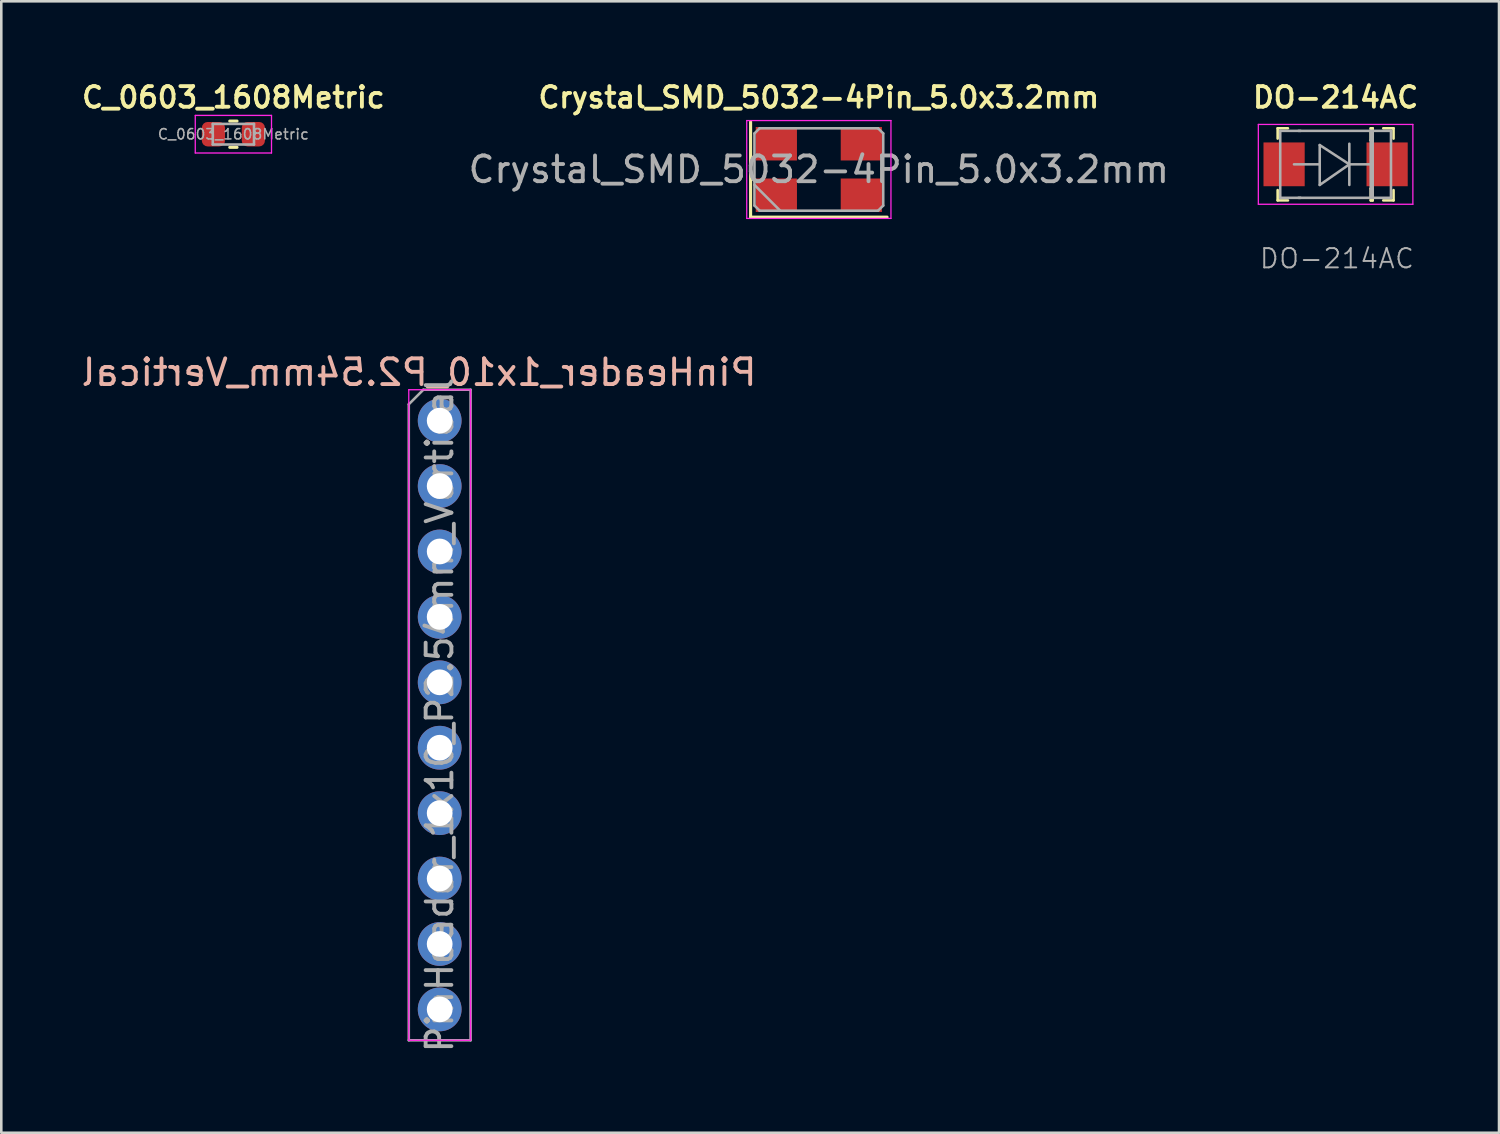
<source format=kicad_pcb>
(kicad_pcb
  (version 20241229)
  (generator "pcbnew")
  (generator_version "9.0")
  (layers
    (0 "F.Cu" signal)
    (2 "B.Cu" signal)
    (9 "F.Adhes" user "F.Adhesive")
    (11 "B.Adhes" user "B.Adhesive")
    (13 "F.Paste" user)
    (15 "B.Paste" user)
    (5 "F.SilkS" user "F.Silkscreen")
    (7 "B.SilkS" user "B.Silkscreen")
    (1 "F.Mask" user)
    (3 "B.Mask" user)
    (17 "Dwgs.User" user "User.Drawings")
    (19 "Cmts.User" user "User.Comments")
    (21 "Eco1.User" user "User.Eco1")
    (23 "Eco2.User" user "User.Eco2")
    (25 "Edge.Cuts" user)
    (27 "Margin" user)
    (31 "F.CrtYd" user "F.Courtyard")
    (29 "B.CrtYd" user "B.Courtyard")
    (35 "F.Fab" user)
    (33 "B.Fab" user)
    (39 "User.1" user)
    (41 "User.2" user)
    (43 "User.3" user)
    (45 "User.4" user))
  (footprint "C_0603_1608Metric"
    (layer "F.Cu")
    (at 6.012 2.161)
    (property "Reference" "C_0603_1608Metric" (at 0 -1.43 0) (layer "F.SilkS") (effects (font (size 0.8 0.8) (thickness 0.15))))
    (attr smd)
    (fp_line (start -0.141 -0.51) (end 0.141 -0.51) (stroke (width 0.12) (type solid)) (layer "F.SilkS"))
    (fp_line (start -0.141 0.51) (end 0.141 0.51) (stroke (width 0.12) (type solid)) (layer "F.SilkS"))
    (fp_line (start -1.48 -0.73) (end 1.48 -0.73) (stroke (width 0.05) (type solid)) (layer "F.CrtYd"))
    (fp_line (start -1.48 0.73) (end -1.48 -0.73) (stroke (width 0.05) (type solid)) (layer "F.CrtYd"))
    (fp_line (start 1.48 -0.73) (end 1.48 0.73) (stroke (width 0.05) (type solid)) (layer "F.CrtYd"))
    (fp_line (start 1.48 0.73) (end -1.48 0.73) (stroke (width 0.05) (type solid)) (layer "F.CrtYd"))
    (fp_line (start -0.8 -0.4) (end 0.8 -0.4) (stroke (width 0.1) (type solid)) (layer "F.Fab"))
    (fp_line (start -0.8 0.4) (end -0.8 -0.4) (stroke (width 0.1) (type solid)) (layer "F.Fab"))
    (fp_line (start 0.8 -0.4) (end 0.8 0.4) (stroke (width 0.1) (type solid)) (layer "F.Fab"))
    (fp_line (start 0.8 0.4) (end -0.8 0.4) (stroke (width 0.1) (type solid)) (layer "F.Fab"))
    (fp_text user "${REFERENCE}" (at 0 0 0) (layer "F.Fab") (effects (font (size 0.4 0.4) (thickness 0.06))))
    (pad "1" smd roundrect (at -0.775 0) (size 0.9 0.95) (layers "F.Cu" "F.Mask" "F.Paste") (roundrect_rratio 0.25))
    (pad "2" smd roundrect (at 0.775 0) (size 0.9 0.95) (layers "F.Cu" "F.Mask" "F.Paste") (roundrect_rratio 0.25)))
  (footprint "DO-214AC"
    (layer "F.Cu")
    (at 48.809 3.331)
    (property "Reference" "DO-214AC" (at 0 -2.6 0) (layer "F.SilkS") (effects (font (size 0.8 0.8) (thickness 0.15))))
    (attr smd)
    (fp_line (start -2.25 -1.4) (end -2.25 -1) (stroke (width 0.1) (type solid)) (layer "F.SilkS"))
    (fp_line (start -2.25 -1.4) (end -1.85 -1.4) (stroke (width 0.1) (type solid)) (layer "F.SilkS"))
    (fp_line (start -2.25 1.4) (end -2.25 1) (stroke (width 0.1) (type solid)) (layer "F.SilkS"))
    (fp_line (start -2.25 1.4) (end -1.85 1.4) (stroke (width 0.1) (type solid)) (layer "F.SilkS"))
    (fp_line (start 1.364 -1.4) (end 1.44 -1.4) (stroke (width 0.1) (type solid)) (layer "F.SilkS"))
    (fp_line (start 1.364 -0.935) (end 1.364 -1.4) (stroke (width 0.1) (type solid)) (layer "F.SilkS"))
    (fp_line (start 1.364 0.942) (end 1.364 1.402) (stroke (width 0.1) (type solid)) (layer "F.SilkS"))
    (fp_line (start 1.364 1.402) (end 1.44 1.402) (stroke (width 0.1) (type solid)) (layer "F.SilkS"))
    (fp_line (start 1.44 -1.4) (end 1.44 -0.935) (stroke (width 0.1) (type solid)) (layer "F.SilkS"))
    (fp_line (start 1.44 -0.935) (end 1.364 -0.935) (stroke (width 0.1) (type solid)) (layer "F.SilkS"))
    (fp_line (start 1.44 0.942) (end 1.364 0.942) (stroke (width 0.1) (type solid)) (layer "F.SilkS"))
    (fp_line (start 1.44 1.402) (end 1.44 0.942) (stroke (width 0.1) (type solid)) (layer "F.SilkS"))
    (fp_line (start 2.25 -1.4) (end 1.85 -1.4) (stroke (width 0.1) (type solid)) (layer "F.SilkS"))
    (fp_line (start 2.25 -1.4) (end 2.25 -1) (stroke (width 0.1) (type solid)) (layer "F.SilkS"))
    (fp_line (start 2.25 1.4) (end 1.85 1.4) (stroke (width 0.1) (type solid)) (layer "F.SilkS"))
    (fp_line (start 2.25 1.4) (end 2.25 1) (stroke (width 0.1) (type solid)) (layer "F.SilkS"))
    (fp_line (start -3 -1.55) (end -3 1.55) (stroke (width 0.05) (type solid)) (layer "F.CrtYd"))
    (fp_line (start -3 -1.55) (end 3 -1.55) (stroke (width 0.05) (type solid)) (layer "F.CrtYd"))
    (fp_line (start -3 1.55) (end 3 1.55) (stroke (width 0.05) (type solid)) (layer "F.CrtYd"))
    (fp_line (start 3 -1.55) (end 3 1.55) (stroke (width 0.05) (type solid)) (layer "F.CrtYd"))
    (fp_line (start -2.15 -1.3) (end -2.15 1.3) (stroke (width 0.1) (type solid)) (layer "F.Fab"))
    (fp_line (start -2.15 -1.3) (end 2.15 -1.3) (stroke (width 0.1) (type solid)) (layer "F.Fab"))
    (fp_line (start -2.15 1.3) (end 2.15 1.3) (stroke (width 0.1) (type solid)) (layer "F.Fab"))
    (fp_line (start -1.44 1.3) (end -1.364 1.3) (stroke (width 0.1) (type solid)) (layer "F.Fab"))
    (fp_line (start -1.361 -1.3) (end -1.44 -1.3) (stroke (width 0.1) (type solid)) (layer "F.Fab"))
    (fp_line (start -0.617 -0.749) (end -0.617 0.8) (stroke (width 0.1) (type solid)) (layer "F.Fab"))
    (fp_line (start -0.617 0) (end -1.615 0) (stroke (width 0.1) (type solid)) (layer "F.Fab"))
    (fp_line (start 0.533 0) (end -0.617 -0.749) (stroke (width 0.1) (type solid)) (layer "F.Fab"))
    (fp_line (start 0.533 0) (end -0.617 0.8) (stroke (width 0.1) (type solid)) (layer "F.Fab"))
    (fp_line (start 0.533 0) (end 1.435 0) (stroke (width 0.1) (type solid)) (layer "F.Fab"))
    (fp_line (start 0.533 0.8) (end 0.533 -0.8) (stroke (width 0.1) (type solid)) (layer "F.Fab"))
    (fp_line (start 1.364 1.3) (end 1.361 -1.3) (stroke (width 0.1) (type solid)) (layer "F.Fab"))
    (fp_line (start 1.44 -1.3) (end 1.44 1.3) (stroke (width 0.1) (type solid)) (layer "F.Fab"))
    (fp_line (start 2.15 -1.3) (end 2.15 1.3) (stroke (width 0.1) (type solid)) (layer "F.Fab"))
    (fp_text user "${REFERENCE}" (at 0.051 3.658 0) (layer "F.Fab") (effects (font (size 0.75 0.75) (thickness 0.075))))
    (pad "1" smd rect (at -2 0) (size 1.6 1.7) (layers "F.Cu" "F.Mask" "F.Paste"))
    (pad "2" smd rect (at 2 0) (size 1.6 1.7) (layers "F.Cu" "F.Mask" "F.Paste")))
  (footprint "Crystal_SMD_5032-4Pin_5.0x3.2mm"
    (layer "F.Cu")
    (at 28.744 3.531)
    (property "Reference" "Crystal_SMD_5032-4Pin_5.0x3.2mm" (at 0 -2.8 0) (layer "F.SilkS") (effects (font (size 0.8 0.8) (thickness 0.15))))
    (attr smd)
    (fp_line (start -2.65 -1.85) (end -2.65 1.85) (stroke (width 0.12) (type solid)) (layer "F.SilkS"))
    (fp_line (start -2.65 1.85) (end 2.65 1.85) (stroke (width 0.12) (type solid)) (layer "F.SilkS"))
    (fp_line (start -2.8 -1.9) (end -2.8 1.9) (stroke (width 0.05) (type solid)) (layer "F.CrtYd"))
    (fp_line (start -2.8 1.9) (end 2.8 1.9) (stroke (width 0.05) (type solid)) (layer "F.CrtYd"))
    (fp_line (start 2.8 -1.9) (end -2.8 -1.9) (stroke (width 0.05) (type solid)) (layer "F.CrtYd"))
    (fp_line (start 2.8 1.9) (end 2.8 -1.9) (stroke (width 0.05) (type solid)) (layer "F.CrtYd"))
    (fp_line (start -2.5 -1.4) (end -2.3 -1.6) (stroke (width 0.1) (type solid)) (layer "F.Fab"))
    (fp_line (start -2.5 0.6) (end -1.5 1.6) (stroke (width 0.1) (type solid)) (layer "F.Fab"))
    (fp_line (start -2.5 1.4) (end -2.5 -1.4) (stroke (width 0.1) (type solid)) (layer "F.Fab"))
    (fp_line (start -2.3 -1.6) (end 2.3 -1.6) (stroke (width 0.1) (type solid)) (layer "F.Fab"))
    (fp_line (start -2.3 1.6) (end -2.5 1.4) (stroke (width 0.1) (type solid)) (layer "F.Fab"))
    (fp_line (start 2.3 -1.6) (end 2.5 -1.4) (stroke (width 0.1) (type solid)) (layer "F.Fab"))
    (fp_line (start 2.3 1.6) (end -2.3 1.6) (stroke (width 0.1) (type solid)) (layer "F.Fab"))
    (fp_line (start 2.5 -1.4) (end 2.5 1.4) (stroke (width 0.1) (type solid)) (layer "F.Fab"))
    (fp_line (start 2.5 1.4) (end 2.3 1.6) (stroke (width 0.1) (type solid)) (layer "F.Fab"))
    (fp_text user "${REFERENCE}" (at 0 0 0) (layer "F.Fab") (effects (font (size 1 1) (thickness 0.15))))
    (pad "1" smd rect (at -1.65 1) (size 1.6 1.3) (layers "F.Cu" "F.Mask" "F.Paste"))
    (pad "2" smd rect (at 1.65 1) (size 1.6 1.3) (layers "F.Cu" "F.Mask" "F.Paste"))
    (pad "3" smd rect (at 1.65 -1) (size 1.6 1.3) (layers "F.Cu" "F.Mask" "F.Paste"))
    (pad "4" smd rect (at -1.65 -1) (size 1.6 1.3) (layers "F.Cu" "F.Mask" "F.Paste")))
  (footprint "PinHeader_1x10_P2.54mm_Vertical"
    (layer "F.Cu")
    (at 14.022 13.283)
    (property "Reference" "PinHeader_1x10_P2.54mm_Vertical" (at -0.802 -1.875 0) (layer "B.SilkS") (effects (font (size 1 1) (thickness 0.15)) (justify mirror)))
    (attr through_hole)
    (fp_line (start -1.2 -1.2) (end -1.2 24.06) (stroke (width 0.05) (type solid)) (layer "F.CrtYd"))
    (fp_line (start -1.2 24.06) (end 1.2 24.06) (stroke (width 0.05) (type solid)) (layer "F.CrtYd"))
    (fp_line (start 1.2 -1.2) (end -1.2 -1.2) (stroke (width 0.05) (type solid)) (layer "F.CrtYd"))
    (fp_line (start 1.2 24.06) (end 1.2 -1.2) (stroke (width 0.05) (type solid)) (layer "F.CrtYd"))
    (fp_line (start -1.2 -0.635) (end -0.635 -1.2) (stroke (width 0.1) (type solid)) (layer "F.Fab"))
    (fp_line (start -1.2 24.06) (end -1.2 -0.635) (stroke (width 0.1) (type solid)) (layer "F.Fab"))
    (fp_line (start -0.635 -1.2) (end 1.2 -1.2) (stroke (width 0.1) (type solid)) (layer "F.Fab"))
    (fp_line (start 1.2 -1.2) (end 1.2 24.06) (stroke (width 0.1) (type solid)) (layer "F.Fab"))
    (fp_line (start 1.2 24.06) (end -1.2 24.06) (stroke (width 0.1) (type solid)) (layer "F.Fab"))
    (fp_text user "${REFERENCE}" (at 0 11.43 270) (layer "F.Fab") (effects (font (size 1 1) (thickness 0.15))))
    (pad "1" thru_hole circle (at 0 0) (size 1.7 1.7) (drill 1) (layers "*.Cu" "*.Mask"))
    (pad "2" thru_hole oval (at 0 2.54) (size 1.7 1.7) (drill 1) (layers "*.Cu" "*.Mask"))
    (pad "3" thru_hole oval (at 0 5.08) (size 1.7 1.7) (drill 1) (layers "*.Cu" "*.Mask"))
    (pad "4" thru_hole oval (at 0 7.62) (size 1.7 1.7) (drill 1) (layers "*.Cu" "*.Mask"))
    (pad "5" thru_hole oval (at 0 10.16) (size 1.7 1.7) (drill 1) (layers "*.Cu" "*.Mask"))
    (pad "6" thru_hole oval (at 0 12.7) (size 1.7 1.7) (drill 1) (layers "*.Cu" "*.Mask"))
    (pad "7" thru_hole oval (at 0 15.24) (size 1.7 1.7) (drill 1) (layers "*.Cu" "*.Mask"))
    (pad "8" thru_hole oval (at 0 17.78) (size 1.7 1.7) (drill 1) (layers "*.Cu" "*.Mask"))
    (pad "9" thru_hole oval (at 0 20.32) (size 1.7 1.7) (drill 1) (layers "*.Cu" "*.Mask"))
    (pad "10" thru_hole oval (at 0 22.86) (size 1.7 1.7) (drill 1) (layers "*.Cu" "*.Mask")))
  (gr_rect
    (start -3 -3)
    (end 55.154 40.933)
    (stroke (width 0.1) (type default))
    (fill no)
    (layer "Edge.Cuts")))
</source>
